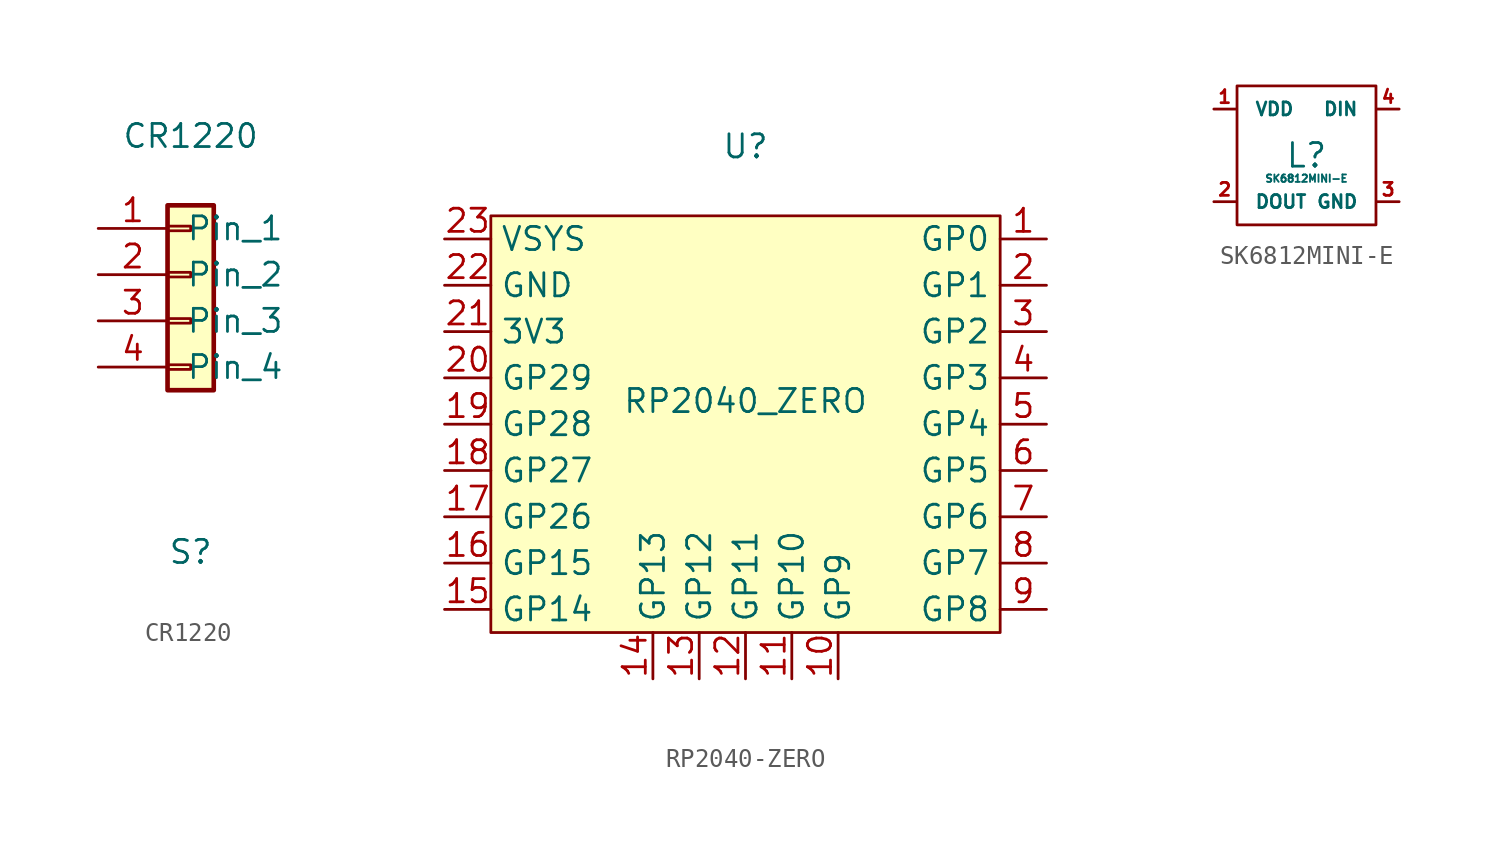
<source format=kicad_sym>
(kicad_symbol_lib
  (version 20220914)
  (generator kicad_symbol_editor)
  (symbol "CR1220"
    (pin_names
      (offset 1.016))
    (property "Reference" "S"
      (at 0 -8.89 0)
      (effects (font (size 1.27 1.27))))
    (property "Value" "CR1220"
      (at 0 13.97 0)
      (effects (font (size 1.27 1.27))))
    (symbol "CR1220_1_1"
      (rectangle (start -1.27 1.397) (end 0 1.143) (stroke (width 0.152) (type default)) (fill (type none)))
      (rectangle (start -1.27 3.937) (end 0 3.683) (stroke (width 0.152) (type default)) (fill (type none)))
      (rectangle (start -1.27 6.477) (end 0 6.223) (stroke (width 0.152) (type default)) (fill (type none)))
      (rectangle (start -1.27 9.017) (end 0 8.763) (stroke (width 0.152) (type default)) (fill (type none)))
      (rectangle (start -1.27 10.16) (end 1.27 0) (stroke (width 0.254) (type default)) (fill (type background)))
      (pin passive line (at -5.08 8.89 0) (length 3.81) (name "Pin_1" (effects (font (size 1.27 1.27)))) (number "1" (effects (font (size 1.27 1.27)))))
      (pin passive line (at -5.08 6.35 0) (length 3.81) (name "Pin_2" (effects (font (size 1.27 1.27)))) (number "2" (effects (font (size 1.27 1.27)))))
      (pin passive line (at -5.08 3.81 0) (length 3.81) (name "Pin_3" (effects (font (size 1.27 1.27)))) (number "3" (effects (font (size 1.27 1.27)))))
      (pin passive line (at -5.08 1.27 0) (length 3.81) (name "Pin_4" (effects (font (size 1.27 1.27)))) (number "4" (effects (font (size 1.27 1.27)))))))
  (symbol "RP2040-ZERO"
    (property "Reference" "U"
      (at 0 13.97 0)
      (effects (font (size 1.27 1.27))))
    (property "Value" "RP2040_ZERO"
      (at 0 0 0)
      (effects (font (size 1.27 1.27))))
    (symbol "RP2040-ZERO_1_1"
      (rectangle (start -13.97 10.16) (end 13.97 -12.7) (stroke (width 0) (type default)) (fill (type background)))
      (pin bidirectional line (at 16.51 8.89 180) (length 2.54) (name "GP0" (effects (font (size 1.27 1.27)))) (number "1" (effects (font (size 1.27 1.27)))))
      (pin bidirectional line (at 5.08 -15.24 90) (length 2.54) (name "GP9" (effects (font (size 1.27 1.27)))) (number "10" (effects (font (size 1.27 1.27)))))
      (pin bidirectional line (at 2.54 -15.24 90) (length 2.54) (name "GP10" (effects (font (size 1.27 1.27)))) (number "11" (effects (font (size 1.27 1.27)))))
      (pin bidirectional line (at 0 -15.24 90) (length 2.54) (name "GP11" (effects (font (size 1.27 1.27)))) (number "12" (effects (font (size 1.27 1.27)))))
      (pin bidirectional line (at -2.54 -15.24 90) (length 2.54) (name "GP12" (effects (font (size 1.27 1.27)))) (number "13" (effects (font (size 1.27 1.27)))))
      (pin bidirectional line (at -5.08 -15.24 90) (length 2.54) (name "GP13" (effects (font (size 1.27 1.27)))) (number "14" (effects (font (size 1.27 1.27)))))
      (pin bidirectional line (at -16.51 -11.43 0) (length 2.54) (name "GP14" (effects (font (size 1.27 1.27)))) (number "15" (effects (font (size 1.27 1.27)))))
      (pin bidirectional line (at -16.51 -8.89 0) (length 2.54) (name "GP15" (effects (font (size 1.27 1.27)))) (number "16" (effects (font (size 1.27 1.27)))))
      (pin bidirectional line (at -16.51 -6.35 0) (length 2.54) (name "GP26" (effects (font (size 1.27 1.27)))) (number "17" (effects (font (size 1.27 1.27)))))
      (pin bidirectional line (at -16.51 -3.81 0) (length 2.54) (name "GP27" (effects (font (size 1.27 1.27)))) (number "18" (effects (font (size 1.27 1.27)))))
      (pin bidirectional line (at -16.51 -1.27 0) (length 2.54) (name "GP28" (effects (font (size 1.27 1.27)))) (number "19" (effects (font (size 1.27 1.27)))))
      (pin bidirectional line (at 16.51 6.35 180) (length 2.54) (name "GP1" (effects (font (size 1.27 1.27)))) (number "2" (effects (font (size 1.27 1.27)))))
      (pin bidirectional line (at -16.51 1.27 0) (length 2.54) (name "GP29" (effects (font (size 1.27 1.27)))) (number "20" (effects (font (size 1.27 1.27)))))
      (pin power_out line (at -16.51 3.81 0) (length 2.54) (name "3V3" (effects (font (size 1.27 1.27)))) (number "21" (effects (font (size 1.27 1.27)))))
      (pin power_in line (at -16.51 6.35 0) (length 2.54) (name "GND" (effects (font (size 1.27 1.27)))) (number "22" (effects (font (size 1.27 1.27)))))
      (pin power_in line (at -16.51 8.89 0) (length 2.54) (name "VSYS" (effects (font (size 1.27 1.27)))) (number "23" (effects (font (size 1.27 1.27)))))
      (pin bidirectional line (at 16.51 3.81 180) (length 2.54) (name "GP2" (effects (font (size 1.27 1.27)))) (number "3" (effects (font (size 1.27 1.27)))))
      (pin bidirectional line (at 16.51 1.27 180) (length 2.54) (name "GP3" (effects (font (size 1.27 1.27)))) (number "4" (effects (font (size 1.27 1.27)))))
      (pin bidirectional line (at 16.51 -1.27 180) (length 2.54) (name "GP4" (effects (font (size 1.27 1.27)))) (number "5" (effects (font (size 1.27 1.27)))))
      (pin bidirectional line (at 16.51 -3.81 180) (length 2.54) (name "GP5" (effects (font (size 1.27 1.27)))) (number "6" (effects (font (size 1.27 1.27)))))
      (pin bidirectional line (at 16.51 -6.35 180) (length 2.54) (name "GP6" (effects (font (size 1.27 1.27)))) (number "7" (effects (font (size 1.27 1.27)))))
      (pin bidirectional line (at 16.51 -8.89 180) (length 2.54) (name "GP7" (effects (font (size 1.27 1.27)))) (number "8" (effects (font (size 1.27 1.27)))))
      (pin bidirectional line (at 16.51 -11.43 180) (length 2.54) (name "GP8" (effects (font (size 1.27 1.27)))) (number "9" (effects (font (size 1.27 1.27)))))))
  (symbol "SK6812MINI-E"
    (pin_names
      (offset 1.016))
    (property "Reference" "L"
      (at 0 0 0)
      (effects (font (size 1.295 1.295))))
    (property "Value" "SK6812MINI-E"
      (at 0 -1.27 0)
      (effects (font (size 0.406 0.406))))
    (symbol "SK6812MINI-E_0_1"
      (rectangle (start -3.81 3.81) (end 3.81 -3.81) (stroke (width 0) (type default)) (fill (type none))))
    (symbol "SK6812MINI-E_1_1"
      (pin power_in line (at -5.08 2.54 0) (length 1.194) (name "VDD" (effects (font (size 0.711 0.711)))) (number "1" (effects (font (size 0.711 0.711)))))
      (pin output line (at -5.08 -2.54 0) (length 1.194) (name "DOUT" (effects (font (size 0.711 0.711)))) (number "2" (effects (font (size 0.711 0.711)))))
      (pin power_in line (at 5.08 -2.54 180) (length 1.194) (name "GND" (effects (font (size 0.711 0.711)))) (number "3" (effects (font (size 0.711 0.711)))))
      (pin input line (at 5.08 2.54 180) (length 1.194) (name "DIN" (effects (font (size 0.711 0.711)))) (number "4" (effects (font (size 0.711 0.711))))))))
</source>
